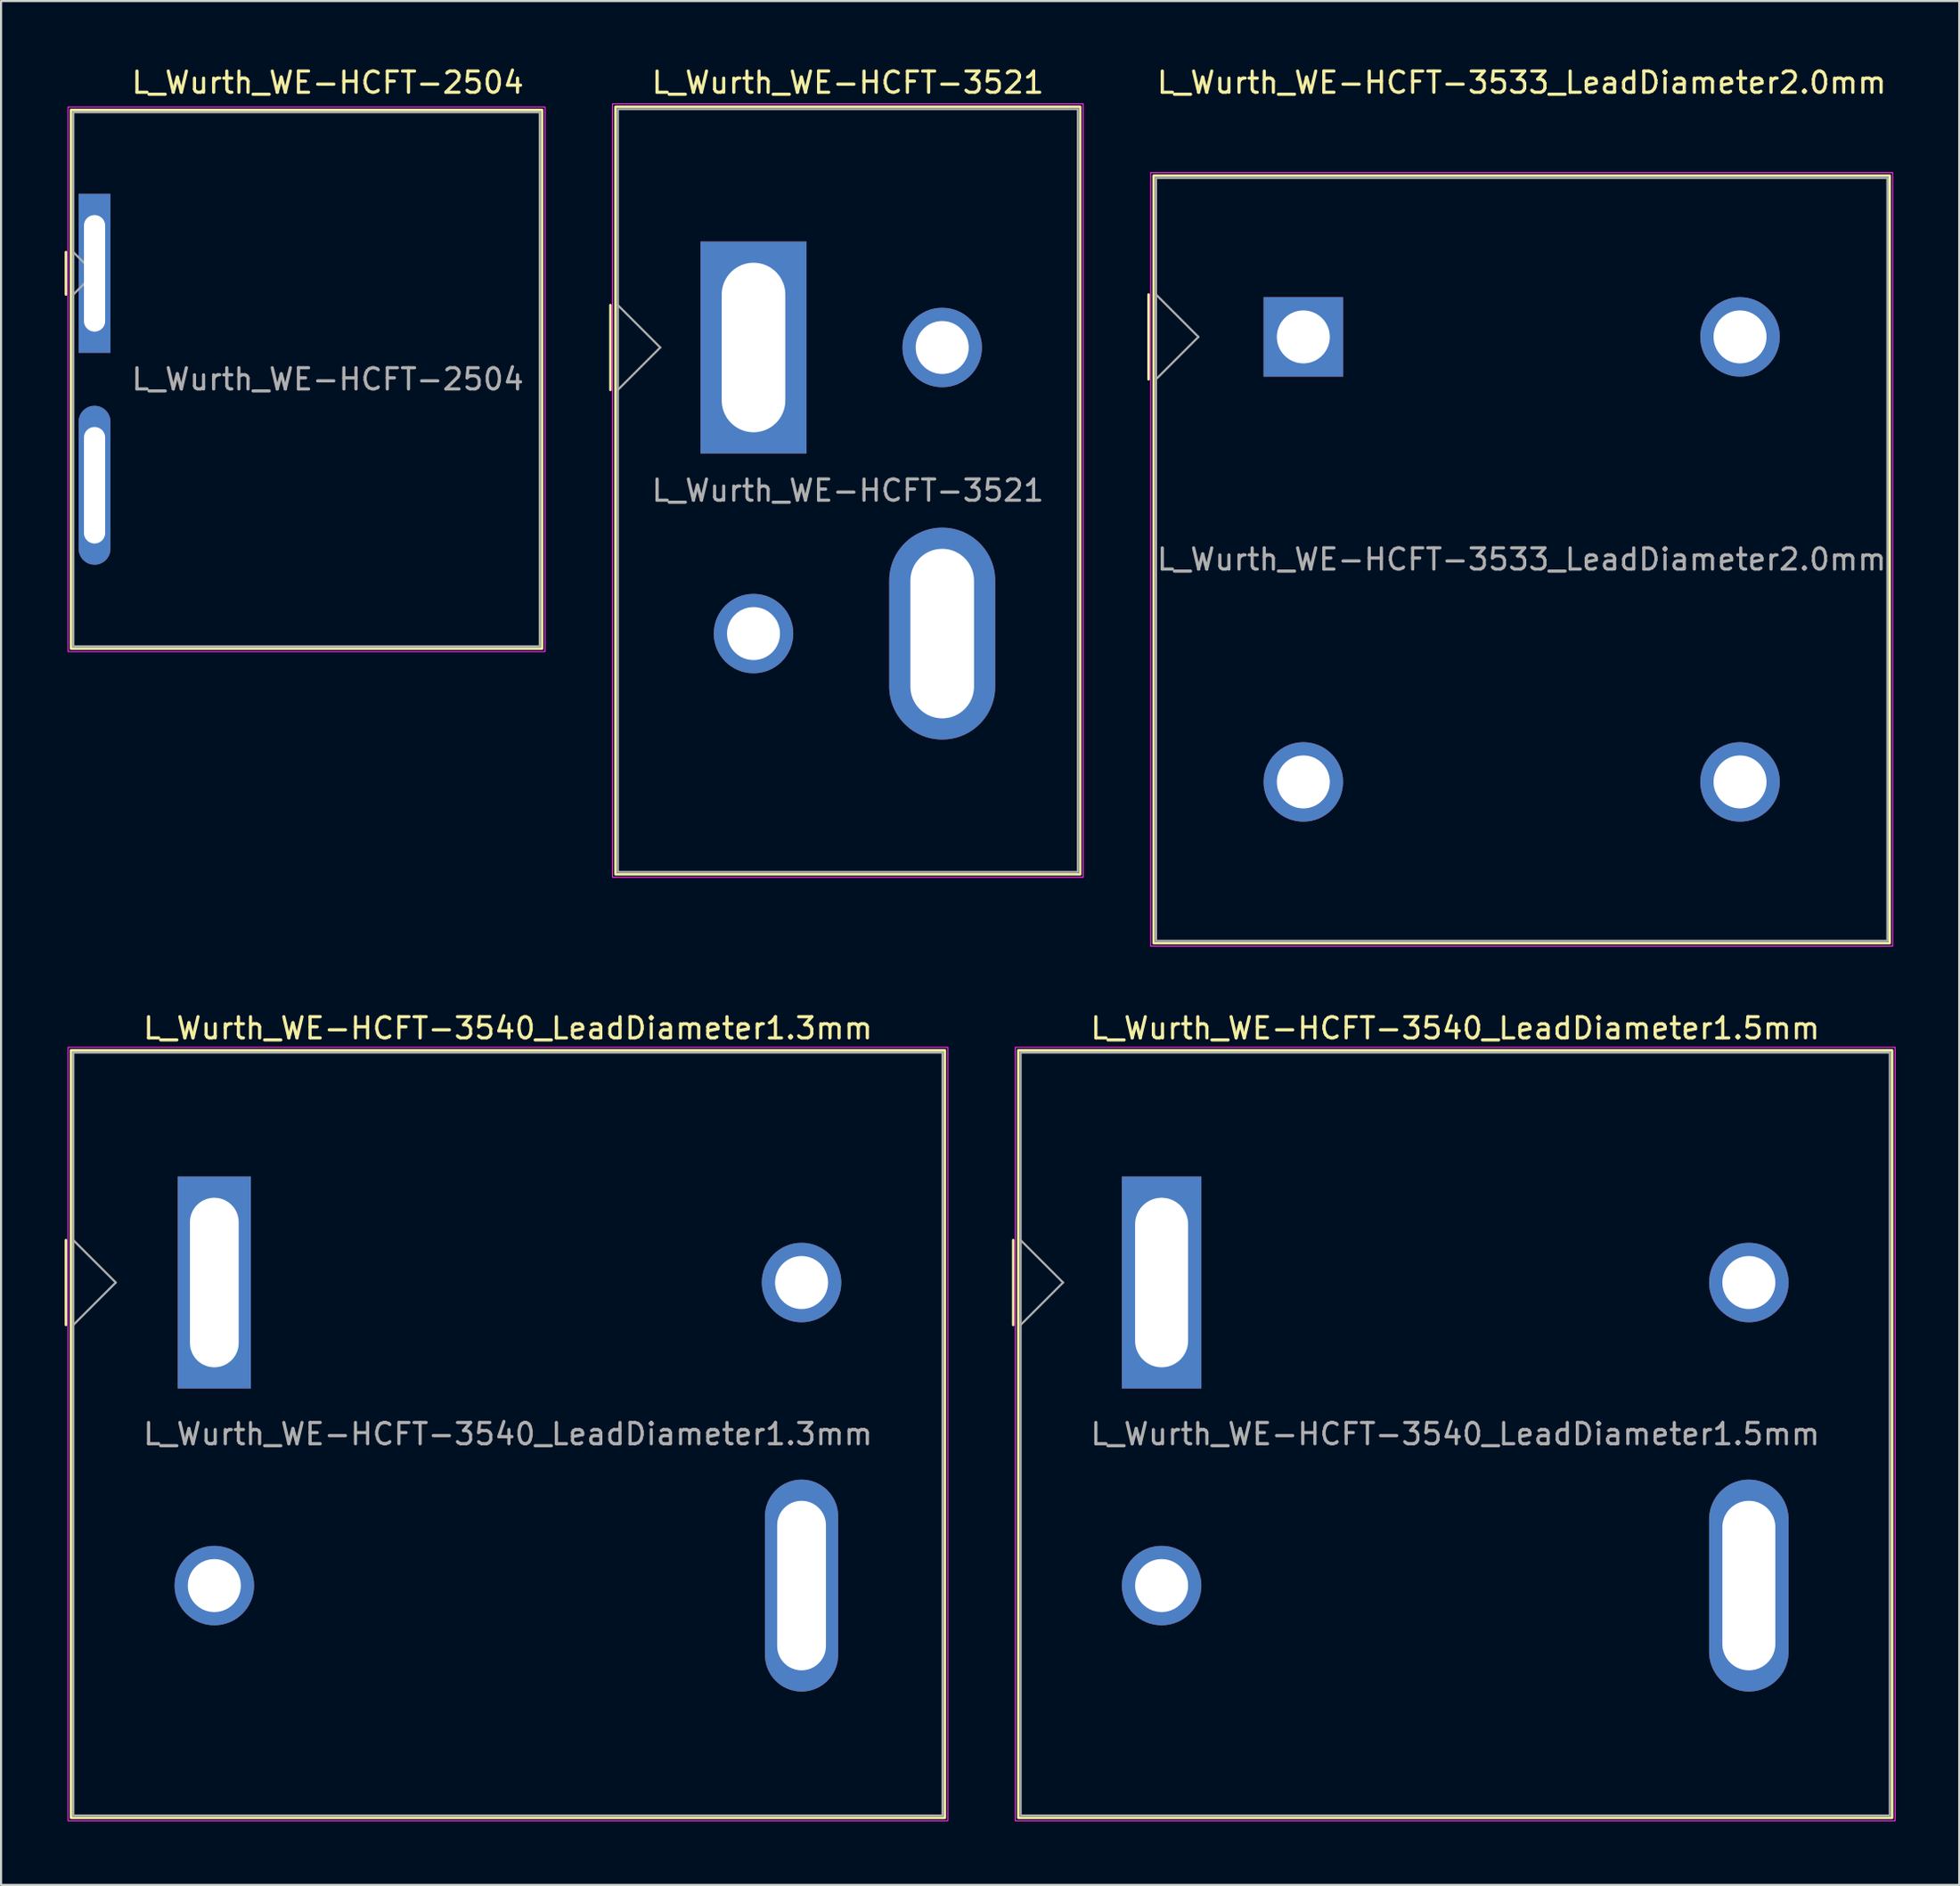
<source format=kicad_pcb>
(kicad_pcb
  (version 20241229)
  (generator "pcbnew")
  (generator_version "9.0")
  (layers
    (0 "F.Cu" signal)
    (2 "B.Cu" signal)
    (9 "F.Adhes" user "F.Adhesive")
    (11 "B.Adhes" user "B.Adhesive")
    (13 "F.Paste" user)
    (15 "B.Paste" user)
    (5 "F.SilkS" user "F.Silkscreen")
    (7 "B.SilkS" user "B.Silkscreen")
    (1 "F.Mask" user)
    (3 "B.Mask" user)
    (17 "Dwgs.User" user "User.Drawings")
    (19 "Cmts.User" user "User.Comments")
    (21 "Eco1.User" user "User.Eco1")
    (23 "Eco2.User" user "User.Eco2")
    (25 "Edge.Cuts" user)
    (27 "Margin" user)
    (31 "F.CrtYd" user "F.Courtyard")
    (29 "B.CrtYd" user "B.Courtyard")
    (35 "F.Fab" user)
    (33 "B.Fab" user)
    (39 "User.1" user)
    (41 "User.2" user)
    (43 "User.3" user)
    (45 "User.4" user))
  (footprint "L_Wurth_WE-HCFT-3521"
    (layer "F.Cu")
    (at 32.495 13.348)
    (property "Reference" "L_Wurth_WE-HCFT-3521" (at 4.45 -12.5 0) (unlocked yes) (layer "F.SilkS") (effects (font (size 1 1) (thickness 0.15))))
    (attr through_hole)
    (fp_line (start -6.75 -2) (end -6.75 2) (stroke (width 0.12) (type solid)) (layer "F.SilkS"))
    (fp_rect (start -6.51 -11.36) (end 15.41 24.86) (stroke (width 0.12) (type solid)) (fill no) (layer "F.SilkS"))
    (fp_rect (start -6.65 -11.5) (end 15.55 25) (stroke (width 0.05) (type solid)) (fill no) (layer "F.CrtYd"))
    (fp_line (start -6.4 -2) (end -4.4 0) (stroke (width 0.1) (type solid)) (layer "F.Fab"))
    (fp_line (start -4.4 0) (end -6.4 2) (stroke (width 0.1) (type solid)) (layer "F.Fab"))
    (fp_rect (start -6.4 -11.25) (end 15.3 24.75) (stroke (width 0.1) (type solid)) (fill no) (layer "F.Fab"))
    (fp_text user "${REFERENCE}" (at 4.45 6.75 0) (unlocked yes) (layer "F.Fab") (effects (font (size 1 1) (thickness 0.15))))
    (pad "" thru_hole circle (at 0 13.5) (size 3.75 3.75) (drill 2.5) (layers "*.Cu" "*.Mask"))
    (pad "" thru_hole circle (at 8.9 0) (size 3.75 3.75) (drill 2.5) (layers "*.Cu" "*.Mask"))
    (pad "1" thru_hole rect (at 0 0) (size 5 10) (drill oval 3 8) (layers "*.Cu" "*.Mask"))
    (pad "2" thru_hole oval (at 8.9 13.5) (size 5 10) (drill oval 3 8) (layers "*.Cu" "*.Mask")))
  (footprint "L_Wurth_WE-HCFT-3533_LeadDiameter2.0mm"
    (layer "F.Cu")
    (at 58.43 12.848)
    (property "Reference" "L_Wurth_WE-HCFT-3533_LeadDiameter2.0mm" (at 10.3 -12 0) (unlocked yes) (layer "F.SilkS") (effects (font (size 1 1) (thickness 0.15))))
    (attr through_hole)
    (fp_line (start -7.3 -2) (end -7.3 2) (stroke (width 0.12) (type solid)) (layer "F.SilkS"))
    (fp_rect (start -7.06 -7.61) (end 27.66 28.61) (stroke (width 0.12) (type solid)) (fill no) (layer "F.SilkS"))
    (fp_rect (start -7.2 -7.75) (end 27.8 28.75) (stroke (width 0.05) (type solid)) (fill no) (layer "F.CrtYd"))
    (fp_line (start -6.95 -2) (end -4.95 0) (stroke (width 0.1) (type solid)) (layer "F.Fab"))
    (fp_line (start -4.95 0) (end -6.95 2) (stroke (width 0.1) (type solid)) (layer "F.Fab"))
    (fp_rect (start -6.95 -7.5) (end 27.55 28.5) (stroke (width 0.1) (type solid)) (fill no) (layer "F.Fab"))
    (fp_text user "${REFERENCE}" (at 10.3 10.5 0) (unlocked yes) (layer "F.Fab") (effects (font (size 1 1) (thickness 0.15))))
    (pad "" thru_hole circle (at 0 21) (size 3.75 3.75) (drill 2.5) (layers "*.Cu" "*.Mask"))
    (pad "" thru_hole circle (at 20.6 0) (size 3.75 3.75) (drill 2.5) (layers "*.Cu" "*.Mask"))
    (pad "1" thru_hole rect (at 0 0) (size 3.75 3.75) (drill 2.5) (layers "*.Cu" "*.Mask"))
    (pad "2" thru_hole circle (at 20.6 21) (size 3.75 3.75) (drill 2.5) (layers "*.Cu" "*.Mask")))
  (footprint "L_Wurth_WE-HCFT-3540_LeadDiameter1.5mm"
    (layer "F.Cu")
    (at 51.745 57.471)
    (property "Reference" "L_Wurth_WE-HCFT-3540_LeadDiameter1.5mm" (at 13.85 -12 0) (unlocked yes) (layer "F.SilkS") (effects (font (size 1 1) (thickness 0.15))))
    (attr through_hole)
    (fp_line (start -7 2) (end -7 -2) (stroke (width 0.12) (type solid)) (layer "F.SilkS"))
    (fp_rect (start -6.76 -10.96) (end 34.46 25.26) (stroke (width 0.12) (type solid)) (fill no) (layer "F.SilkS"))
    (fp_rect (start -6.9 -11.1) (end 34.6 25.4) (stroke (width 0.05) (type solid)) (fill no) (layer "F.CrtYd"))
    (fp_line (start -6.65 -2) (end -4.65 0) (stroke (width 0.1) (type solid)) (layer "F.Fab"))
    (fp_line (start -4.65 0) (end -6.65 2) (stroke (width 0.1) (type solid)) (layer "F.Fab"))
    (fp_rect (start -6.65 -10.85) (end 34.35 25.15) (stroke (width 0.1) (type solid)) (fill no) (layer "F.Fab"))
    (fp_text user "${REFERENCE}" (at 13.85 7.15 0) (unlocked yes) (layer "F.Fab") (effects (font (size 1 1) (thickness 0.15))))
    (pad "" thru_hole circle (at 0 14.3) (size 3.75 3.75) (drill 2.5) (layers "*.Cu" "*.Mask"))
    (pad "" thru_hole circle (at 27.7 0) (size 3.75 3.75) (drill 2.5) (layers "*.Cu" "*.Mask"))
    (pad "1" thru_hole rect (at 0 0) (size 3.75 10) (drill oval 2.5 8) (layers "*.Cu" "*.Mask"))
    (pad "2" thru_hole oval (at 27.7 14.3) (size 3.75 10) (drill oval 2.5 8) (layers "*.Cu" "*.Mask")))
  (footprint "L_Wurth_WE-HCFT-2504"
    (layer "F.Cu")
    (at 1.41 9.848)
    (property "Reference" "L_Wurth_WE-HCFT-2504" (at 11 -9 0) (unlocked yes) (layer "F.SilkS") (effects (font (size 1 1) (thickness 0.15))))
    (attr through_hole)
    (fp_line (start -1.35 1) (end -1.35 -1) (stroke (width 0.12) (type solid)) (layer "F.SilkS"))
    (fp_rect (start -1.11 -7.71) (end 21.11 17.71) (stroke (width 0.12) (type solid)) (fill no) (layer "F.SilkS"))
    (fp_rect (start -1.25 -7.85) (end 21.25 17.85) (stroke (width 0.05) (type solid)) (fill no) (layer "F.CrtYd"))
    (fp_line (start -1 -1) (end 0 0) (stroke (width 0.1) (type solid)) (layer "F.Fab"))
    (fp_line (start 0 0) (end -1 1) (stroke (width 0.1) (type solid)) (layer "F.Fab"))
    (fp_rect (start -1 -7.6) (end 21 17.6) (stroke (width 0.1) (type solid)) (fill no) (layer "F.Fab"))
    (fp_text user "${REFERENCE}" (at 11 5 0) (unlocked yes) (layer "F.Fab") (effects (font (size 1 1) (thickness 0.15))))
    (pad "1" thru_hole rect (at 0 0) (size 1.5 7.5) (drill oval 1 5.5) (layers "*.Cu" "*.Mask"))
    (pad "2" thru_hole oval (at 0 10) (size 1.5 7.5) (drill oval 1 5.5) (layers "*.Cu" "*.Mask")))
  (footprint "L_Wurth_WE-HCFT-3540_LeadDiameter1.3mm"
    (layer "F.Cu")
    (at 7.06 57.471)
    (property "Reference" "L_Wurth_WE-HCFT-3540_LeadDiameter1.3mm" (at 13.85 -12 0) (unlocked yes) (layer "F.SilkS") (effects (font (size 1 1) (thickness 0.15))))
    (attr through_hole)
    (fp_line (start -7 2) (end -7 -2) (stroke (width 0.12) (type solid)) (layer "F.SilkS"))
    (fp_rect (start -6.76 -10.96) (end 34.46 25.26) (stroke (width 0.12) (type solid)) (fill no) (layer "F.SilkS"))
    (fp_rect (start -6.9 -11.1) (end 34.6 25.4) (stroke (width 0.05) (type solid)) (fill no) (layer "F.CrtYd"))
    (fp_line (start -6.65 -2) (end -4.65 0) (stroke (width 0.1) (type solid)) (layer "F.Fab"))
    (fp_line (start -4.65 0) (end -6.65 2) (stroke (width 0.1) (type solid)) (layer "F.Fab"))
    (fp_rect (start -6.65 -10.85) (end 34.35 25.15) (stroke (width 0.1) (type solid)) (fill no) (layer "F.Fab"))
    (fp_text user "${REFERENCE}" (at 13.85 7.15 0) (unlocked yes) (layer "F.Fab") (effects (font (size 1 1) (thickness 0.15))))
    (pad "" thru_hole circle (at 0 14.3) (size 3.75 3.75) (drill 2.5) (layers "*.Cu" "*.Mask"))
    (pad "" thru_hole circle (at 27.7 0) (size 3.75 3.75) (drill 2.5) (layers "*.Cu" "*.Mask"))
    (pad "1" thru_hole rect (at 0 0) (size 3.45 10) (drill oval 2.3 8) (layers "*.Cu" "*.Mask"))
    (pad "2" thru_hole oval (at 27.7 14.3) (size 3.45 10) (drill oval 2.3 8) (layers "*.Cu" "*.Mask")))
  (gr_rect
    (start -3 -3)
    (end 89.37 85.897)
    (stroke (width 0.1) (type default))
    (fill no)
    (layer "Edge.Cuts")))
</source>
